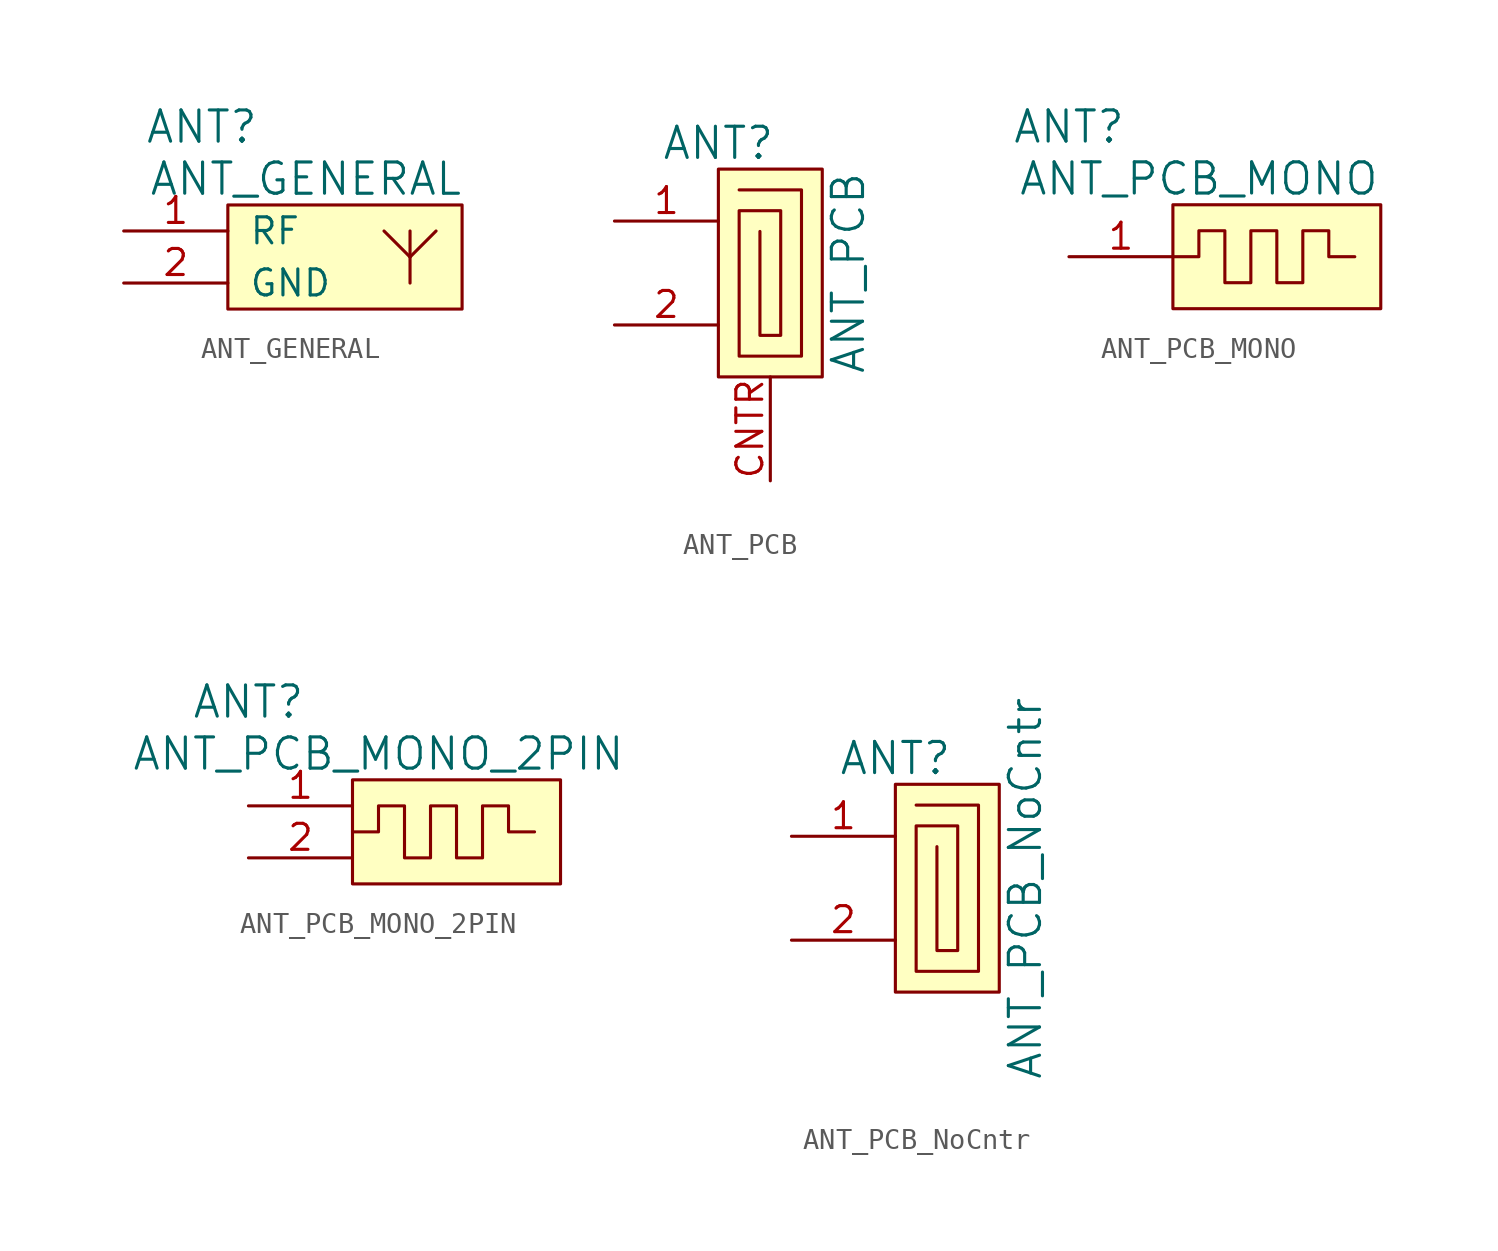
<source format=kicad_sym>
(kicad_symbol_lib
  (version 20211014)
  (generator kicad_symbol_editor)
  (symbol "ANT_GENERAL"
    (pin_names
      (offset 1.016))
    (property "Reference" "ANT"
      (at -7.62 6.35 0)
      (effects (font (size 1.524 1.524))))
    (property "Value" "ANT_GENERAL"
      (at -2.54 3.81 0)
      (effects (font (size 1.524 1.524))))
    (property "Footprint" ""
      (at 0 0 0)
      (effects (font (size 1.524 1.524))))
    (property "Datasheet" ""
      (at 0 0 0)
      (effects (font (size 1.524 1.524))))
    (symbol "ANT_GENERAL_0_1"
      (rectangle (start -6.35 2.54) (end 5.08 -2.54) (stroke (width 0) (type default) (color 0 0 0 0)) (fill (type background)))
      (polyline (pts (xy 2.54 -1.27) (xy 2.54 1.27)) (stroke (width 0) (type default) (color 0 0 0 0)) (fill (type none)))
      (polyline (pts (xy 2.54 0) (xy 1.27 1.27)) (stroke (width 0) (type default) (color 0 0 0 0)) (fill (type none)))
      (polyline (pts (xy 2.54 0) (xy 3.81 1.27)) (stroke (width 0) (type default) (color 0 0 0 0)) (fill (type none))))
    (symbol "ANT_GENERAL_1_1"
      (pin passive line (at -11.43 1.27 0) (length 5.08) (name "RF" (effects (font (size 1.27 1.27)))) (number "1" (effects (font (size 1.27 1.27)))))
      (pin passive line (at -11.43 -1.27 0) (length 5.08) (name "GND" (effects (font (size 1.27 1.27)))) (number "2" (effects (font (size 1.27 1.27)))))))
  (symbol "ANT_PCB"
    (pin_names
      (offset 1.016))
    (property "Reference" "ANT"
      (at -2.54 6.35 0)
      (effects (font (size 1.524 1.524))))
    (property "Value" "ANT_PCB"
      (at 3.81 0 90)
      (effects (font (size 1.524 1.524))))
    (property "Footprint" ""
      (at 0 0 0)
      (effects (font (size 1.524 1.524))))
    (property "Datasheet" ""
      (at 0 0 0)
      (effects (font (size 1.524 1.524))))
    (symbol "ANT_PCB_0_1"
      (rectangle (start -2.54 5.08) (end 2.54 -5.08) (stroke (width 0) (type default) (color 0 0 0 0)) (fill (type background)))
      (polyline (pts (xy -1.524 4.064) (xy 1.524 4.064) (xy 1.524 -4.064) (xy -1.524 -4.064) (xy -1.524 3.048) (xy 0.508 3.048) (xy 0.508 -3.048) (xy -0.508 -3.048) (xy -0.508 2.032) (xy -0.508 2.032)) (stroke (width 0) (type default) (color 0 0 0 0)) (fill (type none))))
    (symbol "ANT_PCB_1_1"
      (pin passive line (at -7.62 2.54 0) (length 5.08) (name "~" (effects (font (size 1.27 1.27)))) (number "1" (effects (font (size 1.27 1.27)))))
      (pin passive line (at -7.62 -2.54 0) (length 5.08) (name "~" (effects (font (size 1.27 1.27)))) (number "2" (effects (font (size 1.27 1.27)))))
      (pin passive line (at 0 -10.16 90) (length 5.08) (name "~" (effects (font (size 1.27 1.27)))) (number "CNTR" (effects (font (size 1.27 1.27)))))))
  (symbol "ANT_PCB_MONO"
    (pin_names
      (offset 1.016))
    (property "Reference" "ANT"
      (at -5.08 6.35 0)
      (effects (font (size 1.524 1.524))))
    (property "Value" "ANT_PCB_MONO"
      (at 1.27 3.81 0)
      (effects (font (size 1.524 1.524))))
    (symbol "ANT_PCB_MONO_0_1"
      (polyline (pts (xy 0 0) (xy 1.27 0) (xy 1.27 1.27) (xy 2.54 1.27) (xy 2.54 -1.27) (xy 3.81 -1.27) (xy 3.81 1.27) (xy 5.08 1.27) (xy 5.08 -1.27) (xy 6.35 -1.27) (xy 6.35 1.27) (xy 7.62 1.27) (xy 7.62 0) (xy 8.89 0) (xy 8.89 0)) (stroke (width 0) (type default) (color 0 0 0 0)) (fill (type none)))
      (rectangle (start 0 2.54) (end 10.16 -2.54) (stroke (width 0) (type default) (color 0 0 0 0)) (fill (type background))))
    (symbol "ANT_PCB_MONO_1_1"
      (pin passive line (at -5.08 0 0) (length 5.08) (name "~" (effects (font (size 1.27 1.27)))) (number "1" (effects (font (size 1.27 1.27)))))))
  (symbol "ANT_PCB_MONO_2PIN"
    (pin_names
      (offset 1.016))
    (property "Reference" "ANT"
      (at -5.08 6.35 0)
      (effects (font (size 1.524 1.524))))
    (property "Value" "ANT_PCB_MONO_2PIN"
      (at 1.27 3.81 0)
      (effects (font (size 1.524 1.524))))
    (property "Footprint" ""
      (at 0 0 0)
      (effects (font (size 1.524 1.524))))
    (property "Datasheet" ""
      (at 0 0 0)
      (effects (font (size 1.524 1.524))))
    (symbol "ANT_PCB_MONO_2PIN_0_1"
      (polyline (pts (xy 0 0) (xy 1.27 0) (xy 1.27 1.27) (xy 2.54 1.27) (xy 2.54 -1.27) (xy 3.81 -1.27) (xy 3.81 1.27) (xy 5.08 1.27) (xy 5.08 -1.27) (xy 6.35 -1.27) (xy 6.35 1.27) (xy 7.62 1.27) (xy 7.62 0) (xy 8.89 0) (xy 8.89 0)) (stroke (width 0) (type default) (color 0 0 0 0)) (fill (type none)))
      (rectangle (start 0 2.54) (end 10.16 -2.54) (stroke (width 0) (type default) (color 0 0 0 0)) (fill (type background))))
    (symbol "ANT_PCB_MONO_2PIN_1_1"
      (pin passive line (at -5.08 1.27 0) (length 5.08) (name "~" (effects (font (size 1.27 1.27)))) (number "1" (effects (font (size 1.27 1.27)))))
      (pin passive line (at -5.08 -1.27 0) (length 5.08) (name "~" (effects (font (size 1.27 1.27)))) (number "2" (effects (font (size 1.27 1.27)))))))
  (symbol "ANT_PCB_NoCntr"
    (pin_names
      (offset 1.016))
    (property "Reference" "ANT"
      (at -2.54 6.35 0)
      (effects (font (size 1.524 1.524))))
    (property "Value" "ANT_PCB_NoCntr"
      (at 3.81 0 90)
      (effects (font (size 1.524 1.524))))
    (property "Footprint" ""
      (at 0 0 0)
      (effects (font (size 1.524 1.524))))
    (property "Datasheet" ""
      (at 0 0 0)
      (effects (font (size 1.524 1.524))))
    (symbol "ANT_PCB_NoCntr_0_1"
      (rectangle (start -2.54 5.08) (end 2.54 -5.08) (stroke (width 0) (type default) (color 0 0 0 0)) (fill (type background)))
      (polyline (pts (xy -1.524 4.064) (xy 1.524 4.064) (xy 1.524 -4.064) (xy -1.524 -4.064) (xy -1.524 3.048) (xy 0.508 3.048) (xy 0.508 -3.048) (xy -0.508 -3.048) (xy -0.508 2.032) (xy -0.508 2.032)) (stroke (width 0) (type default) (color 0 0 0 0)) (fill (type none))))
    (symbol "ANT_PCB_NoCntr_1_1"
      (pin passive line (at -7.62 2.54 0) (length 5.08) (name "~" (effects (font (size 1.27 1.27)))) (number "1" (effects (font (size 1.27 1.27)))))
      (pin passive line (at -7.62 -2.54 0) (length 5.08) (name "~" (effects (font (size 1.27 1.27)))) (number "2" (effects (font (size 1.27 1.27))))))))
</source>
